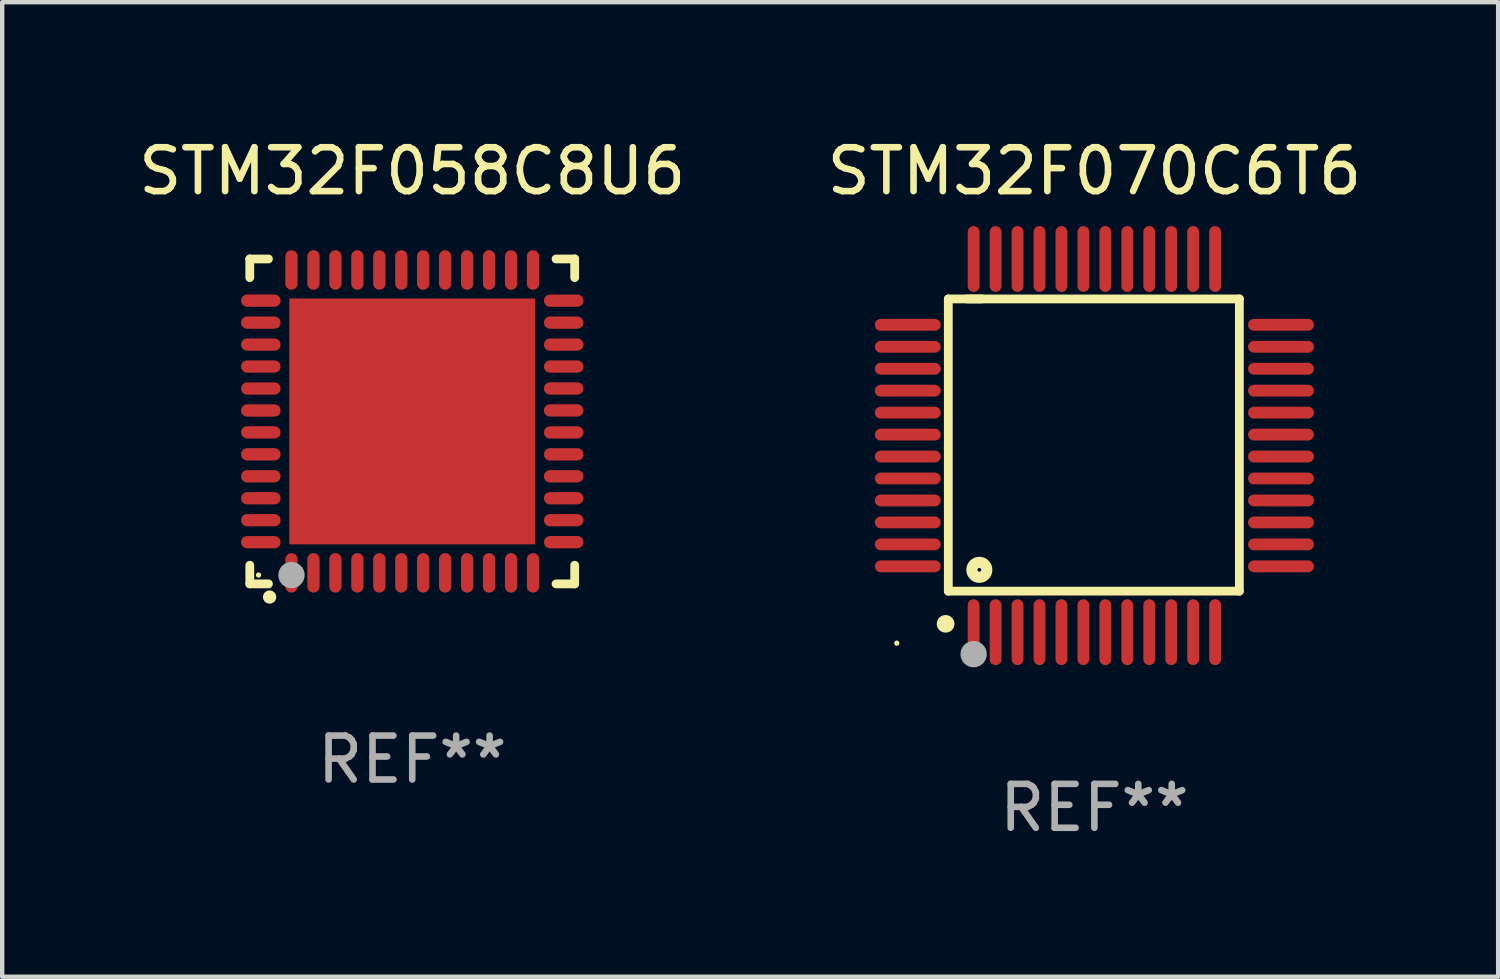
<source format=kicad_pcb>
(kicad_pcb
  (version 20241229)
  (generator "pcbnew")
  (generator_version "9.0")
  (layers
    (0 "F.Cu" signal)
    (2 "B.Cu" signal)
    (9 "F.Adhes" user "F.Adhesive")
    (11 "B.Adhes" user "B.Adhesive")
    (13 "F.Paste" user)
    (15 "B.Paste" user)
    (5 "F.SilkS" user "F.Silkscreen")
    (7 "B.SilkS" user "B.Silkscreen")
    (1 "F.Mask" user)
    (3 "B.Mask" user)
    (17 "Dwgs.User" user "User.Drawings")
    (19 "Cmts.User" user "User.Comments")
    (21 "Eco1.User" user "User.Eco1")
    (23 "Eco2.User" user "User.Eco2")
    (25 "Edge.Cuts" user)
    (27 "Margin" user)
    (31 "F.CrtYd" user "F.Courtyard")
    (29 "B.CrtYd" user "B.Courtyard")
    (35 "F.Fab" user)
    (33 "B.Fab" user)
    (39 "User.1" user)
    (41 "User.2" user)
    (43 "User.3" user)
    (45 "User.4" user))
  (footprint "STM32F058C8U6"
    (layer "F.Cu")
    (at 6.339 6.548)
    (property "Reference" "STM32F058C8U6" (at 0 -5.7 0) (layer "F.SilkS") (effects (font (size 1 1) (thickness 0.15))))
    (attr through_hole)
    (fp_line (start -3.7 -3.7) (end -3.275 -3.7) (stroke (width 0.2) (type solid)) (layer "F.SilkS"))
    (fp_line (start -3.7 -3.275) (end -3.7 -3.7) (stroke (width 0.2) (type solid)) (layer "F.SilkS"))
    (fp_line (start -3.7 3.7) (end -3.7 3.275) (stroke (width 0.2) (type solid)) (layer "F.SilkS"))
    (fp_line (start -3.275 3.7) (end -3.7 3.7) (stroke (width 0.2) (type solid)) (layer "F.SilkS"))
    (fp_line (start 3.7 -3.7) (end 3.275 -3.7) (stroke (width 0.2) (type solid)) (layer "F.SilkS"))
    (fp_line (start 3.7 -3.275) (end 3.7 -3.7) (stroke (width 0.2) (type solid)) (layer "F.SilkS"))
    (fp_line (start 3.7 3.275) (end 3.7 3.7) (stroke (width 0.2) (type solid)) (layer "F.SilkS"))
    (fp_line (start 3.7 3.7) (end 3.275 3.7) (stroke (width 0.2) (type solid)) (layer "F.SilkS"))
    (fp_arc (start -3.249936 3.999975) (mid -3.248666 3.99997) (end -3.247396 3.999975) (stroke (width 0.3) (type solid)) (layer "F.SilkS"))
    (fp_circle (center -3.5 3.5) (end -3.47 3.5) (stroke (width 0.06) (type solid)) (fill no) (layer "F.SilkS"))
    (fp_circle (center -2.75 3.5) (end -2.6 3.5) (stroke (width 0.3) (type solid)) (fill no) (layer "F.Fab"))
    (fp_text user "REF**" (at 0 7.7 0) (layer "F.Fab") (effects (font (size 1 1) (thickness 0.15))))
    (pad "1" smd oval (at -2.751 3.449) (size 0.28 0.9) (layers "F.Cu" "F.Mask" "F.Paste"))
    (pad "2" smd oval (at -2.25 3.449) (size 0.28 0.9) (layers "F.Cu" "F.Mask" "F.Paste"))
    (pad "3" smd oval (at -1.75 3.449) (size 0.28 0.9) (layers "F.Cu" "F.Mask" "F.Paste"))
    (pad "4" smd oval (at -1.25 3.449) (size 0.28 0.9) (layers "F.Cu" "F.Mask" "F.Paste"))
    (pad "5" smd oval (at -0.749 3.449) (size 0.28 0.9) (layers "F.Cu" "F.Mask" "F.Paste"))
    (pad "6" smd oval (at -0.249 3.449) (size 0.28 0.9) (layers "F.Cu" "F.Mask" "F.Paste"))
    (pad "7" smd oval (at 0.249 3.449) (size 0.28 0.9) (layers "F.Cu" "F.Mask" "F.Paste"))
    (pad "8" smd oval (at 0.749 3.449) (size 0.28 0.9) (layers "F.Cu" "F.Mask" "F.Paste"))
    (pad "9" smd oval (at 1.25 3.449) (size 0.28 0.9) (layers "F.Cu" "F.Mask" "F.Paste"))
    (pad "10" smd oval (at 1.75 3.449) (size 0.28 0.9) (layers "F.Cu" "F.Mask" "F.Paste"))
    (pad "11" smd oval (at 2.251 3.449) (size 0.28 0.9) (layers "F.Cu" "F.Mask" "F.Paste"))
    (pad "12" smd oval (at 2.751 3.449) (size 0.28 0.9) (layers "F.Cu" "F.Mask" "F.Paste"))
    (pad "13" smd oval (at 3.449 2.75) (size 0.9 0.28) (layers "F.Cu" "F.Mask" "F.Paste"))
    (pad "14" smd oval (at 3.449 2.25) (size 0.9 0.28) (layers "F.Cu" "F.Mask" "F.Paste"))
    (pad "15" smd oval (at 3.449 1.75) (size 0.9 0.28) (layers "F.Cu" "F.Mask" "F.Paste"))
    (pad "16" smd oval (at 3.449 1.25) (size 0.9 0.28) (layers "F.Cu" "F.Mask" "F.Paste"))
    (pad "17" smd oval (at 3.449 0.75) (size 0.9 0.28) (layers "F.Cu" "F.Mask" "F.Paste"))
    (pad "18" smd oval (at 3.449 0.25) (size 0.9 0.28) (layers "F.Cu" "F.Mask" "F.Paste"))
    (pad "19" smd oval (at 3.449 -0.25) (size 0.9 0.28) (layers "F.Cu" "F.Mask" "F.Paste"))
    (pad "20" smd oval (at 3.449 -0.75) (size 0.9 0.28) (layers "F.Cu" "F.Mask" "F.Paste"))
    (pad "21" smd oval (at 3.449 -1.25) (size 0.9 0.28) (layers "F.Cu" "F.Mask" "F.Paste"))
    (pad "22" smd oval (at 3.449 -1.75) (size 0.9 0.28) (layers "F.Cu" "F.Mask" "F.Paste"))
    (pad "23" smd oval (at 3.449 -2.25) (size 0.9 0.28) (layers "F.Cu" "F.Mask" "F.Paste"))
    (pad "24" smd oval (at 3.449 -2.75) (size 0.9 0.28) (layers "F.Cu" "F.Mask" "F.Paste"))
    (pad "25" smd oval (at 2.751 -3.449) (size 0.28 0.9) (layers "F.Cu" "F.Mask" "F.Paste"))
    (pad "26" smd oval (at 2.251 -3.449) (size 0.28 0.9) (layers "F.Cu" "F.Mask" "F.Paste"))
    (pad "27" smd oval (at 1.75 -3.449) (size 0.28 0.9) (layers "F.Cu" "F.Mask" "F.Paste"))
    (pad "28" smd oval (at 1.25 -3.449) (size 0.28 0.9) (layers "F.Cu" "F.Mask" "F.Paste"))
    (pad "29" smd oval (at 0.749 -3.449) (size 0.28 0.9) (layers "F.Cu" "F.Mask" "F.Paste"))
    (pad "30" smd oval (at 0.249 -3.449) (size 0.28 0.9) (layers "F.Cu" "F.Mask" "F.Paste"))
    (pad "31" smd oval (at -0.249 -3.449) (size 0.28 0.9) (layers "F.Cu" "F.Mask" "F.Paste"))
    (pad "32" smd oval (at -0.749 -3.449) (size 0.28 0.9) (layers "F.Cu" "F.Mask" "F.Paste"))
    (pad "33" smd oval (at -1.25 -3.449) (size 0.28 0.9) (layers "F.Cu" "F.Mask" "F.Paste"))
    (pad "34" smd oval (at -1.75 -3.449) (size 0.28 0.9) (layers "F.Cu" "F.Mask" "F.Paste"))
    (pad "35" smd oval (at -2.25 -3.449) (size 0.28 0.9) (layers "F.Cu" "F.Mask" "F.Paste"))
    (pad "36" smd oval (at -2.751 -3.449) (size 0.28 0.9) (layers "F.Cu" "F.Mask" "F.Paste"))
    (pad "37" smd oval (at -3.449 -2.751) (size 0.9 0.28) (layers "F.Cu" "F.Mask" "F.Paste"))
    (pad "38" smd oval (at -3.449 -2.25) (size 0.9 0.28) (layers "F.Cu" "F.Mask" "F.Paste"))
    (pad "39" smd oval (at -3.449 -1.75) (size 0.9 0.28) (layers "F.Cu" "F.Mask" "F.Paste"))
    (pad "40" smd oval (at -3.449 -1.25) (size 0.9 0.28) (layers "F.Cu" "F.Mask" "F.Paste"))
    (pad "41" smd oval (at -3.449 -0.749) (size 0.9 0.28) (layers "F.Cu" "F.Mask" "F.Paste"))
    (pad "42" smd oval (at -3.449 -0.249) (size 0.9 0.28) (layers "F.Cu" "F.Mask" "F.Paste"))
    (pad "43" smd oval (at -3.449 0.249) (size 0.9 0.28) (layers "F.Cu" "F.Mask" "F.Paste"))
    (pad "44" smd oval (at -3.449 0.749) (size 0.9 0.28) (layers "F.Cu" "F.Mask" "F.Paste"))
    (pad "45" smd oval (at -3.449 1.25) (size 0.9 0.28) (layers "F.Cu" "F.Mask" "F.Paste"))
    (pad "46" smd oval (at -3.449 1.75) (size 0.9 0.28) (layers "F.Cu" "F.Mask" "F.Paste"))
    (pad "47" smd oval (at -3.449 2.25) (size 0.9 0.28) (layers "F.Cu" "F.Mask" "F.Paste"))
    (pad "48" smd oval (at -3.449 2.751) (size 0.9 0.28) (layers "F.Cu" "F.Mask" "F.Paste"))
    (pad "49" smd rect (at 0.000076 -0.000025) (size 5.6 5.6) (layers "F.Cu" "F.Mask" "F.Paste")))
  (footprint "STM32F070C6T6"
    (layer "F.Cu")
    (at 21.875 7.098)
    (property "Reference" "STM32F070C6T6" (at 0 -6.25 0) (layer "F.SilkS") (effects (font (size 1 1) (thickness 0.15))))
    (attr through_hole)
    (fp_line (start -3.327 -3.34) (end -2.565 -3.34) (stroke (width 0.2) (type solid)) (layer "F.SilkS"))
    (fp_line (start -3.327 3.315) (end -3.327 -3.34) (stroke (width 0.2) (type solid)) (layer "F.SilkS"))
    (fp_line (start -2.896 -3.34) (end 3.302 -3.34) (stroke (width 0.2) (type solid)) (layer "F.SilkS"))
    (fp_line (start 3.302 -3.34) (end 3.302 3.315) (stroke (width 0.2) (type solid)) (layer "F.SilkS"))
    (fp_line (start 3.302 3.315) (end -3.327 3.315) (stroke (width 0.2) (type solid)) (layer "F.SilkS"))
    (fp_arc (start -3.389992 4.059995) (mid -3.388722 4.059991) (end -3.387452 4.059995) (stroke (width 0.4) (type solid)) (layer "F.SilkS"))
    (fp_circle (center -4.5 4.5) (end -4.47 4.5) (stroke (width 0.06) (type solid)) (fill no) (layer "F.SilkS"))
    (fp_circle (center -2.62 2.83) (end -2.45 2.83) (stroke (width 0.254) (type solid)) (fill no) (layer "F.SilkS"))
    (fp_circle (center -2.75 4.75) (end -2.6 4.75) (stroke (width 0.3) (type solid)) (fill no) (layer "F.Fab"))
    (fp_text user "REF**" (at 0 8.25 0) (layer "F.Fab") (effects (font (size 1 1) (thickness 0.15))))
    (pad "1" smd oval (at -2.75 4.25) (size 0.27 1.5) (layers "F.Cu" "F.Mask" "F.Paste"))
    (pad "2" smd oval (at -2.25 4.25) (size 0.27 1.5) (layers "F.Cu" "F.Mask" "F.Paste"))
    (pad "3" smd oval (at -1.75 4.25) (size 0.27 1.5) (layers "F.Cu" "F.Mask" "F.Paste"))
    (pad "4" smd oval (at -1.25 4.25) (size 0.27 1.5) (layers "F.Cu" "F.Mask" "F.Paste"))
    (pad "5" smd oval (at -0.75 4.25) (size 0.27 1.5) (layers "F.Cu" "F.Mask" "F.Paste"))
    (pad "6" smd oval (at -0.25 4.25) (size 0.27 1.5) (layers "F.Cu" "F.Mask" "F.Paste"))
    (pad "7" smd oval (at 0.25 4.25) (size 0.27 1.5) (layers "F.Cu" "F.Mask" "F.Paste"))
    (pad "8" smd oval (at 0.75 4.25) (size 0.27 1.5) (layers "F.Cu" "F.Mask" "F.Paste"))
    (pad "9" smd oval (at 1.25 4.25) (size 0.27 1.5) (layers "F.Cu" "F.Mask" "F.Paste"))
    (pad "10" smd oval (at 1.75 4.25) (size 0.27 1.5) (layers "F.Cu" "F.Mask" "F.Paste"))
    (pad "11" smd oval (at 2.25 4.25) (size 0.27 1.5) (layers "F.Cu" "F.Mask" "F.Paste"))
    (pad "12" smd oval (at 2.75 4.25) (size 0.27 1.5) (layers "F.Cu" "F.Mask" "F.Paste"))
    (pad "13" smd oval (at 4.25 2.75) (size 1.5 0.27) (layers "F.Cu" "F.Mask" "F.Paste"))
    (pad "14" smd oval (at 4.25 2.25) (size 1.5 0.27) (layers "F.Cu" "F.Mask" "F.Paste"))
    (pad "15" smd oval (at 4.25 1.75) (size 1.5 0.27) (layers "F.Cu" "F.Mask" "F.Paste"))
    (pad "16" smd oval (at 4.25 1.25) (size 1.5 0.27) (layers "F.Cu" "F.Mask" "F.Paste"))
    (pad "17" smd oval (at 4.25 0.75) (size 1.5 0.27) (layers "F.Cu" "F.Mask" "F.Paste"))
    (pad "18" smd oval (at 4.25 0.25) (size 1.5 0.27) (layers "F.Cu" "F.Mask" "F.Paste"))
    (pad "19" smd oval (at 4.25 -0.25) (size 1.5 0.27) (layers "F.Cu" "F.Mask" "F.Paste"))
    (pad "20" smd oval (at 4.25 -0.75) (size 1.5 0.27) (layers "F.Cu" "F.Mask" "F.Paste"))
    (pad "21" smd oval (at 4.25 -1.25) (size 1.5 0.27) (layers "F.Cu" "F.Mask" "F.Paste"))
    (pad "22" smd oval (at 4.25 -1.75) (size 1.5 0.27) (layers "F.Cu" "F.Mask" "F.Paste"))
    (pad "23" smd oval (at 4.25 -2.25) (size 1.5 0.27) (layers "F.Cu" "F.Mask" "F.Paste"))
    (pad "24" smd oval (at 4.25 -2.75) (size 1.5 0.27) (layers "F.Cu" "F.Mask" "F.Paste"))
    (pad "25" smd oval (at 2.75 -4.25) (size 0.27 1.5) (layers "F.Cu" "F.Mask" "F.Paste"))
    (pad "26" smd oval (at 2.25 -4.25) (size 0.27 1.5) (layers "F.Cu" "F.Mask" "F.Paste"))
    (pad "27" smd oval (at 1.75 -4.25) (size 0.27 1.5) (layers "F.Cu" "F.Mask" "F.Paste"))
    (pad "28" smd oval (at 1.25 -4.25) (size 0.27 1.5) (layers "F.Cu" "F.Mask" "F.Paste"))
    (pad "29" smd oval (at 0.75 -4.25) (size 0.27 1.5) (layers "F.Cu" "F.Mask" "F.Paste"))
    (pad "30" smd oval (at 0.25 -4.25) (size 0.27 1.5) (layers "F.Cu" "F.Mask" "F.Paste"))
    (pad "31" smd oval (at -0.25 -4.25) (size 0.27 1.5) (layers "F.Cu" "F.Mask" "F.Paste"))
    (pad "32" smd oval (at -0.75 -4.25) (size 0.27 1.5) (layers "F.Cu" "F.Mask" "F.Paste"))
    (pad "33" smd oval (at -1.25 -4.25) (size 0.27 1.5) (layers "F.Cu" "F.Mask" "F.Paste"))
    (pad "34" smd oval (at -1.75 -4.25) (size 0.27 1.5) (layers "F.Cu" "F.Mask" "F.Paste"))
    (pad "35" smd oval (at -2.25 -4.25) (size 0.27 1.5) (layers "F.Cu" "F.Mask" "F.Paste"))
    (pad "36" smd oval (at -2.75 -4.25) (size 0.27 1.5) (layers "F.Cu" "F.Mask" "F.Paste"))
    (pad "37" smd oval (at -4.25 -2.75) (size 1.5 0.27) (layers "F.Cu" "F.Mask" "F.Paste"))
    (pad "38" smd oval (at -4.25 -2.25) (size 1.5 0.27) (layers "F.Cu" "F.Mask" "F.Paste"))
    (pad "39" smd oval (at -4.25 -1.75) (size 1.5 0.27) (layers "F.Cu" "F.Mask" "F.Paste"))
    (pad "40" smd oval (at -4.25 -1.25) (size 1.5 0.27) (layers "F.Cu" "F.Mask" "F.Paste"))
    (pad "41" smd oval (at -4.25 -0.75) (size 1.5 0.27) (layers "F.Cu" "F.Mask" "F.Paste"))
    (pad "42" smd oval (at -4.25 -0.25) (size 1.5 0.27) (layers "F.Cu" "F.Mask" "F.Paste"))
    (pad "43" smd oval (at -4.25 0.25) (size 1.5 0.27) (layers "F.Cu" "F.Mask" "F.Paste"))
    (pad "44" smd oval (at -4.25 0.75) (size 1.5 0.27) (layers "F.Cu" "F.Mask" "F.Paste"))
    (pad "45" smd oval (at -4.25 1.25) (size 1.5 0.27) (layers "F.Cu" "F.Mask" "F.Paste"))
    (pad "46" smd oval (at -4.25 1.75) (size 1.5 0.27) (layers "F.Cu" "F.Mask" "F.Paste"))
    (pad "47" smd oval (at -4.25 2.25) (size 1.5 0.27) (layers "F.Cu" "F.Mask" "F.Paste"))
    (pad "48" smd oval (at -4.25 2.75) (size 1.5 0.27) (layers "F.Cu" "F.Mask" "F.Paste")))
  (gr_rect
    (start -3 -3)
    (end 31.071 19.196)
    (stroke (width 0.1) (type default))
    (fill no)
    (layer "Edge.Cuts")))
</source>
